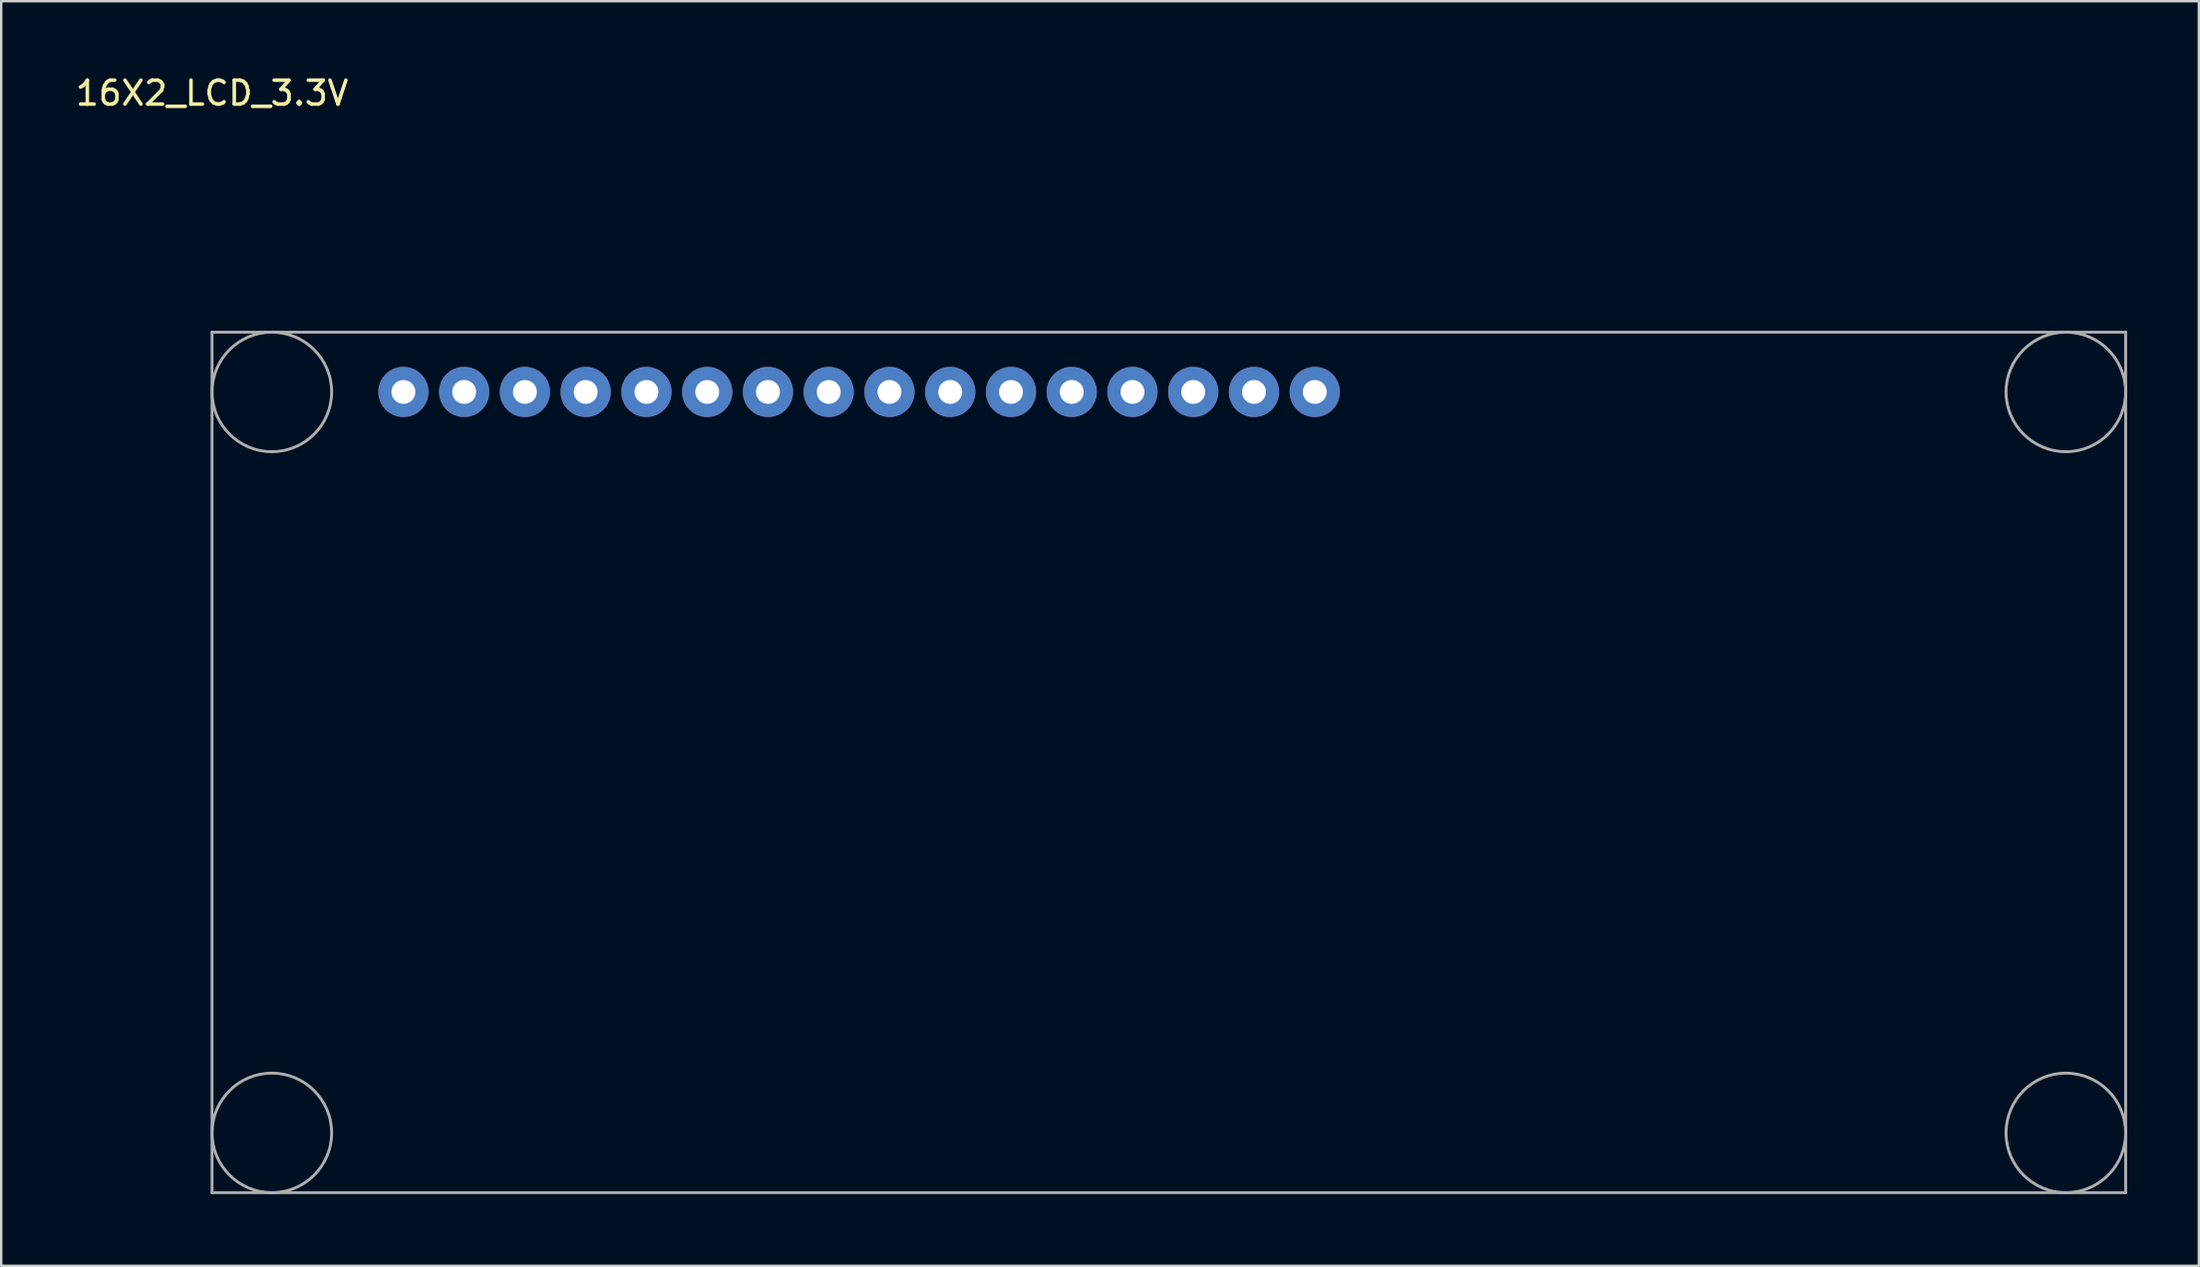
<source format=kicad_pcb>
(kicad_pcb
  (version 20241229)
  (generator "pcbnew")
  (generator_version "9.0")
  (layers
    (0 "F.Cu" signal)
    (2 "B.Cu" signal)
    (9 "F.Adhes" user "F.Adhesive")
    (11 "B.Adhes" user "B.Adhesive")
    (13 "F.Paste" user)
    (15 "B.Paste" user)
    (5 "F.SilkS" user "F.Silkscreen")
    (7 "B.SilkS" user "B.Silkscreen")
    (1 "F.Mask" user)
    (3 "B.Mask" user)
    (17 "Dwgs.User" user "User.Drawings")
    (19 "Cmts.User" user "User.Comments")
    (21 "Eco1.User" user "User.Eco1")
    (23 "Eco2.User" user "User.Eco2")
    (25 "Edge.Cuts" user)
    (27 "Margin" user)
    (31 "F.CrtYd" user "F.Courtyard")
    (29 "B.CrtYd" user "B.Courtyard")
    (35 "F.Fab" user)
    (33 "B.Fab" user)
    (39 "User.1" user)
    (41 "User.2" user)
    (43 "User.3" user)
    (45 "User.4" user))
  (footprint "16X2_LCD_3.3V"
    (layer "F.Cu")
    (at 5.815 10.848)
    (property "Reference" "16X2_LCD_3.3V" (at 0 -10 0) (layer "F.SilkS") (effects (font (size 1 1) (thickness 0.15))))
    (attr through_hole)
    (fp_line (start 0 0) (end 0 36) (stroke (width 0.12) (type solid)) (layer "F.Fab"))
    (fp_line (start 0 36) (end 80 36) (stroke (width 0.12) (type solid)) (layer "F.Fab"))
    (fp_line (start 80 0) (end 0 0) (stroke (width 0.12) (type solid)) (layer "F.Fab"))
    (fp_line (start 80 36) (end 80 0) (stroke (width 0.12) (type solid)) (layer "F.Fab"))
    (fp_circle (center 2.5 2.5) (end 5 2.5) (stroke (width 0.12) (type solid)) (fill no) (layer "F.Fab"))
    (fp_circle (center 2.5 33.5) (end 5 33.5) (stroke (width 0.12) (type solid)) (fill no) (layer "F.Fab"))
    (fp_circle (center 77.5 2.5) (end 80 2.5) (stroke (width 0.12) (type solid)) (fill no) (layer "F.Fab"))
    (fp_circle (center 77.5 33.5) (end 75 33.5) (stroke (width 0.12) (type solid)) (fill no) (layer "F.Fab"))
    (pad "1" thru_hole circle (at 8 2.5) (size 2.1 2.1) (drill 1) (layers "*.Cu" "*.Mask"))
    (pad "2" thru_hole circle (at 10.54 2.5) (size 2.1 2.1) (drill 1) (layers "*.Cu" "*.Mask"))
    (pad "3" thru_hole circle (at 13.08 2.5) (size 2.1 2.1) (drill 1) (layers "*.Cu" "*.Mask"))
    (pad "4" thru_hole circle (at 15.62 2.5) (size 2.1 2.1) (drill 1) (layers "*.Cu" "*.Mask"))
    (pad "5" thru_hole circle (at 18.16 2.5) (size 2.1 2.1) (drill 1) (layers "*.Cu" "*.Mask"))
    (pad "6" thru_hole circle (at 20.7 2.5) (size 2.1 2.1) (drill 1) (layers "*.Cu" "*.Mask"))
    (pad "7" thru_hole circle (at 23.24 2.5) (size 2.1 2.1) (drill 1) (layers "*.Cu" "*.Mask"))
    (pad "8" thru_hole circle (at 25.78 2.5) (size 2.1 2.1) (drill 1) (layers "*.Cu" "*.Mask"))
    (pad "9" thru_hole circle (at 28.32 2.5) (size 2.1 2.1) (drill 1) (layers "*.Cu" "*.Mask"))
    (pad "10" thru_hole circle (at 30.86 2.5) (size 2.1 2.1) (drill 1) (layers "*.Cu" "*.Mask"))
    (pad "11" thru_hole circle (at 33.4 2.5) (size 2.1 2.1) (drill 1) (layers "*.Cu" "*.Mask"))
    (pad "12" thru_hole circle (at 35.94 2.5) (size 2.1 2.1) (drill 1) (layers "*.Cu" "*.Mask"))
    (pad "13" thru_hole circle (at 38.48 2.5) (size 2.1 2.1) (drill 1) (layers "*.Cu" "*.Mask"))
    (pad "14" thru_hole circle (at 41.02 2.5) (size 2.1 2.1) (drill 1) (layers "*.Cu" "*.Mask"))
    (pad "15" thru_hole circle (at 43.56 2.5) (size 2.1 2.1) (drill 1) (layers "*.Cu" "*.Mask"))
    (pad "16" thru_hole circle (at 46.1 2.5) (size 2.1 2.1) (drill 1) (layers "*.Cu" "*.Mask")))
  (gr_rect
    (start -3 -3)
    (end 88.875 49.908)
    (stroke (width 0.1) (type default))
    (fill no)
    (layer "Edge.Cuts")))
</source>
